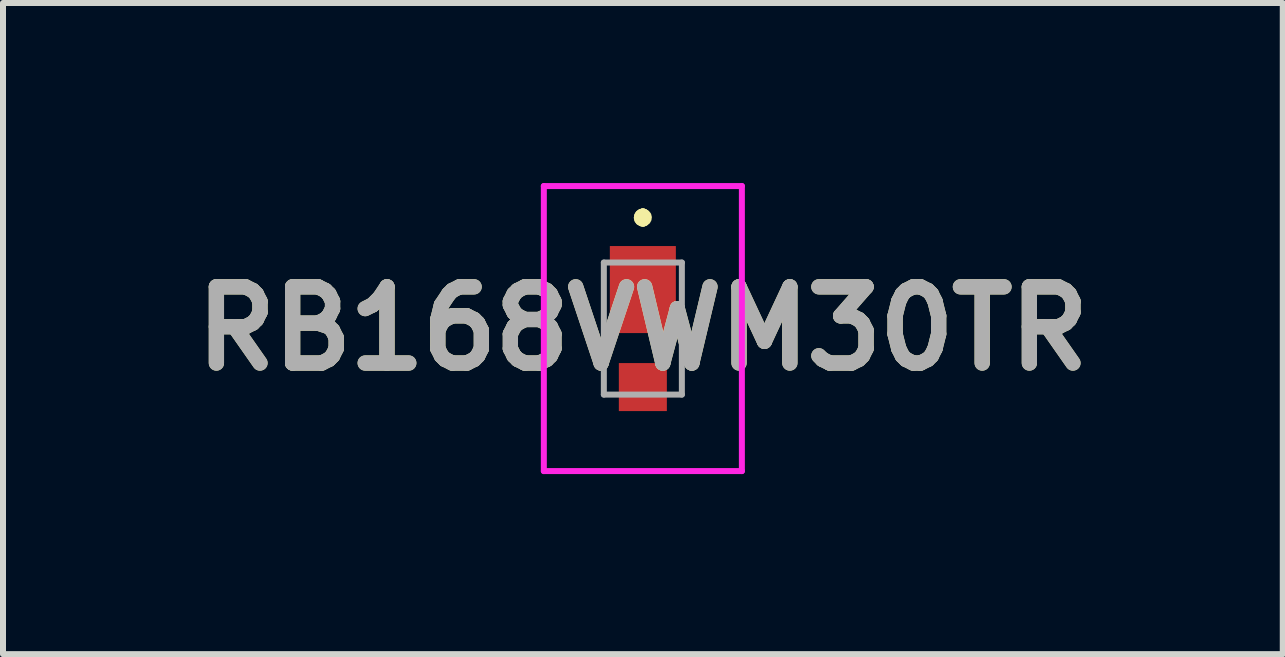
<source format=kicad_pcb>
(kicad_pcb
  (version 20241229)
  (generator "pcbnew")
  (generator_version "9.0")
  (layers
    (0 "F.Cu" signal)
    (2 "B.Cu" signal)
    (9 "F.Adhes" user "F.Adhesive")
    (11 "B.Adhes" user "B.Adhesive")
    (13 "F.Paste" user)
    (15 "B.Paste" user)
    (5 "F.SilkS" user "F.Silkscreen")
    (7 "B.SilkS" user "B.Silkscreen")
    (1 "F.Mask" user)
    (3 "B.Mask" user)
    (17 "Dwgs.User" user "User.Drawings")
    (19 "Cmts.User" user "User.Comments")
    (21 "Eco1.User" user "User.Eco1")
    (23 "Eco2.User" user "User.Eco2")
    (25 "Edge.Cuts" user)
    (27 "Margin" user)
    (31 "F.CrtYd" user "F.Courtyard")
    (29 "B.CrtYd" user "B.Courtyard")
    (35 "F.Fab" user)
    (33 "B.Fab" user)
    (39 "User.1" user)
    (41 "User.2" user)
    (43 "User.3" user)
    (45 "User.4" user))
  (footprint "RB168VWM30TR"
    (layer "F.Cu")
    (at 7.662 2.425)
    (property "Reference" "RB168VWM30TR" (at 0 0 0) (layer "F.SilkS") (effects (font (size 1.27 1.27) (thickness 0.254))))
    (attr smd)
    (fp_line (start 0 -1.9) (end 0 -1.9) (stroke (width 0.2) (type solid)) (layer "F.SilkS"))
    (fp_line (start 0 -1.9) (end 0 -1.9) (stroke (width 0.2) (type solid)) (layer "F.SilkS"))
    (fp_line (start 0 -1.8) (end 0 -1.8) (stroke (width 0.2) (type solid)) (layer "F.SilkS"))
    (fp_arc (start 0 -1.9) (mid 0.05 -1.85) (end 0 -1.8) (stroke (width 0.2) (type solid)) (layer "F.SilkS"))
    (fp_arc (start 0 -1.8) (mid -0.05 -1.85) (end 0 -1.9) (stroke (width 0.2) (type solid)) (layer "F.SilkS"))
    (fp_arc (start 0 -1.8) (mid -0.05 -1.85) (end 0 -1.9) (stroke (width 0.2) (type solid)) (layer "F.SilkS"))
    (fp_line (start -1.65 -2.375) (end 1.65 -2.375) (stroke (width 0.1) (type solid)) (layer "F.CrtYd"))
    (fp_line (start -1.65 2.375) (end -1.65 -2.375) (stroke (width 0.1) (type solid)) (layer "F.CrtYd"))
    (fp_line (start 1.65 -2.375) (end 1.65 2.375) (stroke (width 0.1) (type solid)) (layer "F.CrtYd"))
    (fp_line (start 1.65 2.375) (end -1.65 2.375) (stroke (width 0.1) (type solid)) (layer "F.CrtYd"))
    (fp_line (start -0.65 -1.1) (end -0.65 1.1) (stroke (width 0.1) (type solid)) (layer "F.Fab"))
    (fp_line (start -0.65 1.1) (end 0.65 1.1) (stroke (width 0.1) (type solid)) (layer "F.Fab"))
    (fp_line (start 0.65 -1.1) (end -0.65 -1.1) (stroke (width 0.1) (type solid)) (layer "F.Fab"))
    (fp_line (start 0.65 1.1) (end 0.65 -1.1) (stroke (width 0.1) (type solid)) (layer "F.Fab"))
    (fp_text user "${REFERENCE}" (at 0 0 0) (layer "F.Fab") (effects (font (size 1.27 1.27) (thickness 0.254))))
    (pad "1" smd rect (at 0 -0.65) (size 1.1 1.45) (layers "F.Cu" "F.Mask" "F.Paste"))
    (pad "2" smd rect (at 0 0.975 90) (size 0.8 0.8) (layers "F.Cu" "F.Mask" "F.Paste")))
  (gr_rect
    (start -3 -3)
    (end 18.325 7.85)
    (stroke (width 0.1) (type default))
    (fill no)
    (layer "Edge.Cuts")))
</source>
